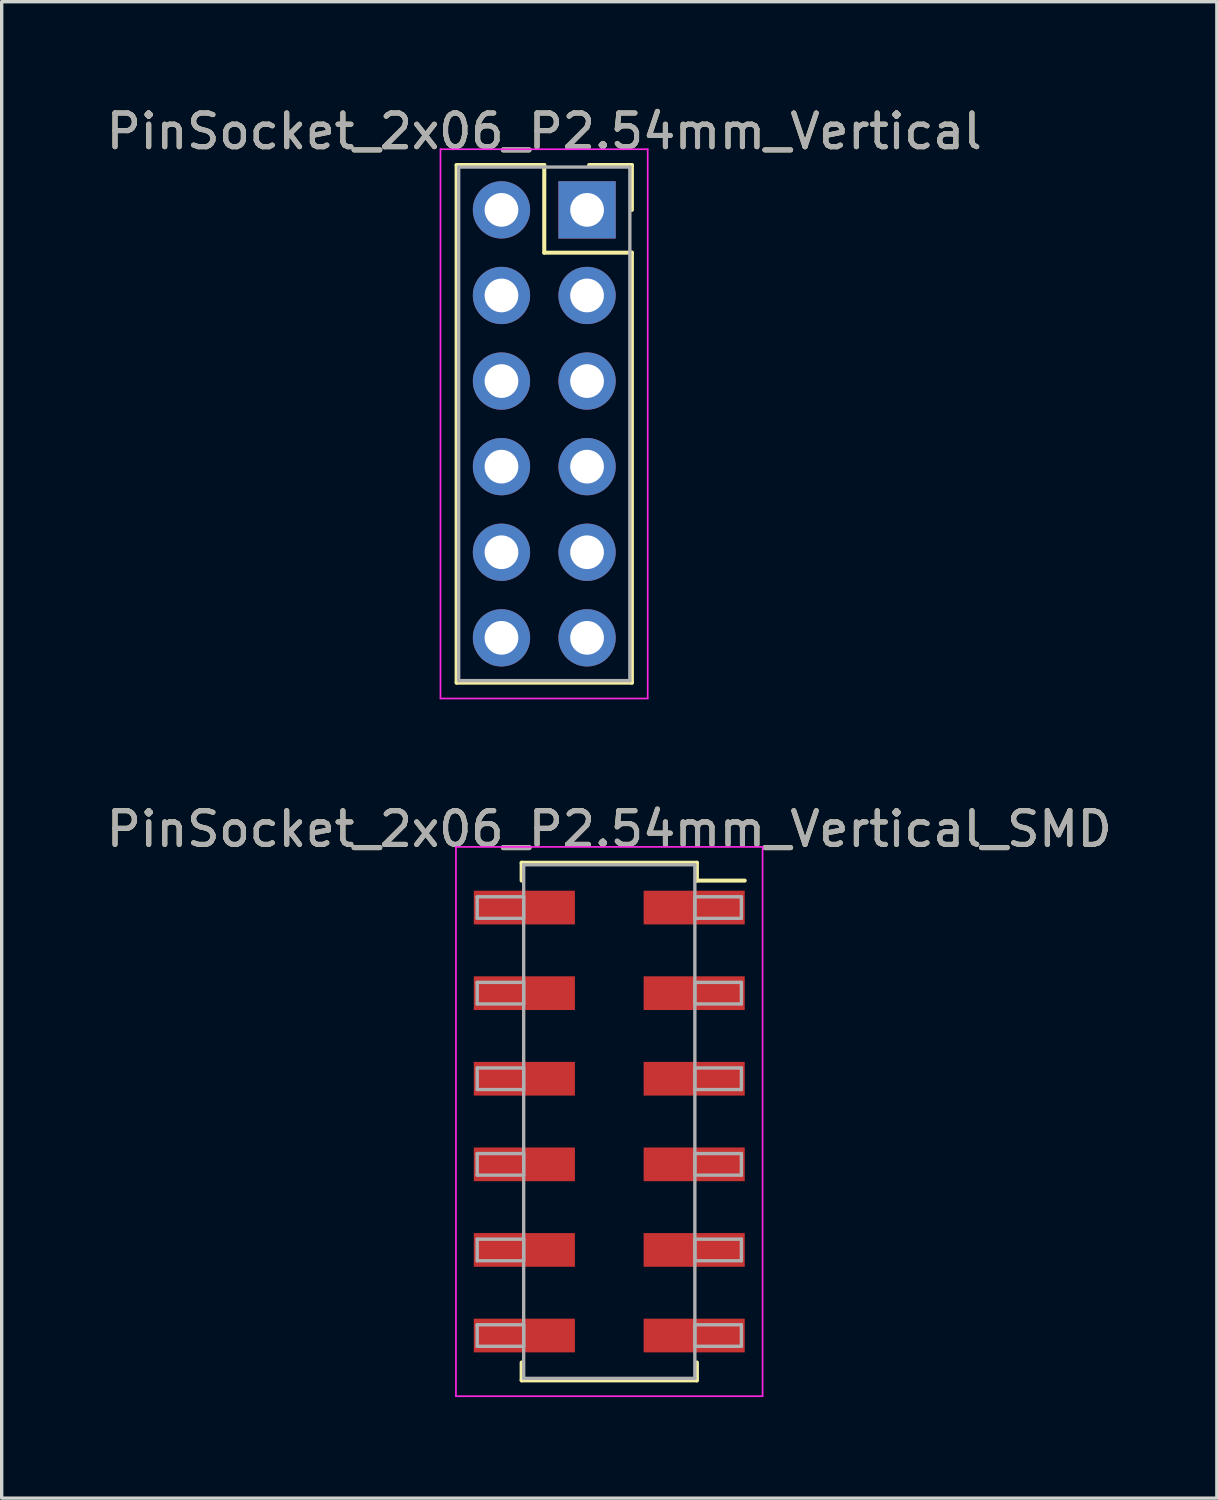
<source format=kicad_pcb>
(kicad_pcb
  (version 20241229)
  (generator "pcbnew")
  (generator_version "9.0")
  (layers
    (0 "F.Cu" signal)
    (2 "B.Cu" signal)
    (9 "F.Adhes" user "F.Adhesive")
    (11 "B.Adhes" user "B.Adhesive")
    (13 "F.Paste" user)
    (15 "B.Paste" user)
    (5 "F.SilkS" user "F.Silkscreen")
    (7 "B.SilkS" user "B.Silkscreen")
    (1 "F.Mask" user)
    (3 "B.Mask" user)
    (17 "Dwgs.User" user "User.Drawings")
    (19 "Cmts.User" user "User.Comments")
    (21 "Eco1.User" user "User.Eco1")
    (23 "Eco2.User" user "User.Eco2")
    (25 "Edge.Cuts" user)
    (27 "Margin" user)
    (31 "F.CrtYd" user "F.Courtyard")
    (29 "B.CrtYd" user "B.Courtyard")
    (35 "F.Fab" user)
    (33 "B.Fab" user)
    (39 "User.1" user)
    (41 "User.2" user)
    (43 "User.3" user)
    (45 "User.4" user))
  (footprint "PinSocket_2x06_P2.54mm_Vertical"
    (layer "F.Cu")
    (at 14.371 3.178)
    (property "Reference" "PinSocket_2x06_P2.54mm_Vertical" (at -1.27 -2.33 0) (layer "F.SilkS") (effects (font (size 1 1) (thickness 0.15))))
    (attr through_hole)
    (fp_line (start -3.87 -1.33) (end -1.27 -1.33) (stroke (width 0.12) (type solid)) (layer "F.SilkS"))
    (fp_line (start -3.87 14.03) (end -3.87 -1.33) (stroke (width 0.12) (type solid)) (layer "F.SilkS"))
    (fp_line (start -1.27 -1.33) (end -1.27 1.27) (stroke (width 0.12) (type solid)) (layer "F.SilkS"))
    (fp_line (start -1.27 1.27) (end 1.33 1.27) (stroke (width 0.12) (type solid)) (layer "F.SilkS"))
    (fp_line (start 1.33 -1.33) (end 0.06 -1.33) (stroke (width 0.12) (type solid)) (layer "F.SilkS"))
    (fp_line (start 1.33 0) (end 1.33 -1.33) (stroke (width 0.12) (type solid)) (layer "F.SilkS"))
    (fp_line (start 1.33 1.27) (end 1.33 14.03) (stroke (width 0.12) (type solid)) (layer "F.SilkS"))
    (fp_line (start 1.33 14.03) (end -3.87 14.03) (stroke (width 0.12) (type solid)) (layer "F.SilkS"))
    (fp_line (start -4.35 -1.8) (end -4.35 14.5) (stroke (width 0.05) (type solid)) (layer "F.CrtYd"))
    (fp_line (start -4.35 14.5) (end 1.8 14.5) (stroke (width 0.05) (type solid)) (layer "F.CrtYd"))
    (fp_line (start 1.8 -1.8) (end -4.35 -1.8) (stroke (width 0.05) (type solid)) (layer "F.CrtYd"))
    (fp_line (start 1.8 14.5) (end 1.8 -1.8) (stroke (width 0.05) (type solid)) (layer "F.CrtYd"))
    (fp_line (start -3.81 -1.27) (end -3.81 13.97) (stroke (width 0.1) (type solid)) (layer "F.Fab"))
    (fp_line (start -3.81 13.97) (end 1.27 13.97) (stroke (width 0.1) (type solid)) (layer "F.Fab"))
    (fp_line (start 1.27 -1.27) (end -3.81 -1.27) (stroke (width 0.1) (type solid)) (layer "F.Fab"))
    (fp_line (start 1.27 13.97) (end 1.27 -1.27) (stroke (width 0.1) (type solid)) (layer "F.Fab"))
    (fp_text user "${REFERENCE}" (at -1.27 -2.33 0) (layer "F.Fab") (effects (font (size 1 1) (thickness 0.15))))
    (pad "1" thru_hole rect (at 0 0) (size 1.7 1.7) (drill 1) (layers "*.Cu" "*.Mask"))
    (pad "2" thru_hole oval (at -2.54 0) (size 1.7 1.7) (drill 1) (layers "*.Cu" "*.Mask"))
    (pad "3" thru_hole oval (at 0 2.54) (size 1.7 1.7) (drill 1) (layers "*.Cu" "*.Mask"))
    (pad "4" thru_hole oval (at -2.54 2.54) (size 1.7 1.7) (drill 1) (layers "*.Cu" "*.Mask"))
    (pad "5" thru_hole oval (at 0 5.08) (size 1.7 1.7) (drill 1) (layers "*.Cu" "*.Mask"))
    (pad "6" thru_hole oval (at -2.54 5.08) (size 1.7 1.7) (drill 1) (layers "*.Cu" "*.Mask"))
    (pad "7" thru_hole oval (at 0 7.62) (size 1.7 1.7) (drill 1) (layers "*.Cu" "*.Mask"))
    (pad "8" thru_hole oval (at -2.54 7.62) (size 1.7 1.7) (drill 1) (layers "*.Cu" "*.Mask"))
    (pad "9" thru_hole oval (at 0 10.16) (size 1.7 1.7) (drill 1) (layers "*.Cu" "*.Mask"))
    (pad "10" thru_hole oval (at -2.54 10.16) (size 1.7 1.7) (drill 1) (layers "*.Cu" "*.Mask"))
    (pad "11" thru_hole oval (at 0 12.7) (size 1.7 1.7) (drill 1) (layers "*.Cu" "*.Mask"))
    (pad "12" thru_hole oval (at -2.54 12.7) (size 1.7 1.7) (drill 1) (layers "*.Cu" "*.Mask")))
  (footprint "PinSocket_2x06_P2.54mm_Vertical_SMD"
    (layer "F.Cu")
    (at 15.03 30.232)
    (property "Reference" "PinSocket_2x06_P2.54mm_Vertical_SMD" (at 0 -8.68 0) (layer "F.SilkS") (effects (font (size 1 1) (thickness 0.15))))
    (attr smd)
    (fp_line (start -2.6 -7.68) (end 2.6 -7.68) (stroke (width 0.12) (type solid)) (layer "F.SilkS"))
    (fp_line (start -2.6 -7.15) (end -2.6 -7.68) (stroke (width 0.12) (type solid)) (layer "F.SilkS"))
    (fp_line (start -2.6 7.15) (end -2.6 7.68) (stroke (width 0.12) (type solid)) (layer "F.SilkS"))
    (fp_line (start -2.6 7.68) (end 2.6 7.68) (stroke (width 0.12) (type solid)) (layer "F.SilkS"))
    (fp_line (start 2.6 -7.68) (end 2.6 -7.15) (stroke (width 0.12) (type solid)) (layer "F.SilkS"))
    (fp_line (start 2.6 7.68) (end 2.6 7.15) (stroke (width 0.12) (type solid)) (layer "F.SilkS"))
    (fp_line (start 4.02 -7.15) (end 2.6 -7.15) (stroke (width 0.12) (type solid)) (layer "F.SilkS"))
    (fp_line (start -4.55 -8.15) (end -4.55 8.15) (stroke (width 0.05) (type solid)) (layer "F.CrtYd"))
    (fp_line (start -4.55 8.15) (end 4.55 8.15) (stroke (width 0.05) (type solid)) (layer "F.CrtYd"))
    (fp_line (start 4.55 -8.15) (end -4.55 -8.15) (stroke (width 0.05) (type solid)) (layer "F.CrtYd"))
    (fp_line (start 4.55 8.15) (end 4.55 -8.15) (stroke (width 0.05) (type solid)) (layer "F.CrtYd"))
    (fp_line (start -3.92 -6.67) (end -2.54 -6.67) (stroke (width 0.1) (type solid)) (layer "F.Fab"))
    (fp_line (start -3.92 -6.03) (end -3.92 -6.67) (stroke (width 0.1) (type solid)) (layer "F.Fab"))
    (fp_line (start -3.92 -4.13) (end -2.54 -4.13) (stroke (width 0.1) (type solid)) (layer "F.Fab"))
    (fp_line (start -3.92 -3.49) (end -3.92 -4.13) (stroke (width 0.1) (type solid)) (layer "F.Fab"))
    (fp_line (start -3.92 -1.59) (end -2.54 -1.59) (stroke (width 0.1) (type solid)) (layer "F.Fab"))
    (fp_line (start -3.92 -0.95) (end -3.92 -1.59) (stroke (width 0.1) (type solid)) (layer "F.Fab"))
    (fp_line (start -3.92 0.95) (end -2.54 0.95) (stroke (width 0.1) (type solid)) (layer "F.Fab"))
    (fp_line (start -3.92 1.59) (end -3.92 0.95) (stroke (width 0.1) (type solid)) (layer "F.Fab"))
    (fp_line (start -3.92 3.49) (end -2.54 3.49) (stroke (width 0.1) (type solid)) (layer "F.Fab"))
    (fp_line (start -3.92 4.13) (end -3.92 3.49) (stroke (width 0.1) (type solid)) (layer "F.Fab"))
    (fp_line (start -3.92 6.03) (end -2.54 6.03) (stroke (width 0.1) (type solid)) (layer "F.Fab"))
    (fp_line (start -3.92 6.67) (end -3.92 6.03) (stroke (width 0.1) (type solid)) (layer "F.Fab"))
    (fp_line (start -2.54 -7.62) (end -2.54 7.62) (stroke (width 0.1) (type solid)) (layer "F.Fab"))
    (fp_line (start -2.54 -6.67) (end -2.54 -6.03) (stroke (width 0.1) (type solid)) (layer "F.Fab"))
    (fp_line (start -2.54 -6.03) (end -3.92 -6.03) (stroke (width 0.1) (type solid)) (layer "F.Fab"))
    (fp_line (start -2.54 -4.13) (end -2.54 -3.49) (stroke (width 0.1) (type solid)) (layer "F.Fab"))
    (fp_line (start -2.54 -3.49) (end -3.92 -3.49) (stroke (width 0.1) (type solid)) (layer "F.Fab"))
    (fp_line (start -2.54 -1.59) (end -2.54 -0.95) (stroke (width 0.1) (type solid)) (layer "F.Fab"))
    (fp_line (start -2.54 -0.95) (end -3.92 -0.95) (stroke (width 0.1) (type solid)) (layer "F.Fab"))
    (fp_line (start -2.54 0.95) (end -2.54 1.59) (stroke (width 0.1) (type solid)) (layer "F.Fab"))
    (fp_line (start -2.54 1.59) (end -3.92 1.59) (stroke (width 0.1) (type solid)) (layer "F.Fab"))
    (fp_line (start -2.54 3.49) (end -2.54 4.13) (stroke (width 0.1) (type solid)) (layer "F.Fab"))
    (fp_line (start -2.54 4.13) (end -3.92 4.13) (stroke (width 0.1) (type solid)) (layer "F.Fab"))
    (fp_line (start -2.54 6.03) (end -2.54 6.67) (stroke (width 0.1) (type solid)) (layer "F.Fab"))
    (fp_line (start -2.54 6.67) (end -3.92 6.67) (stroke (width 0.1) (type solid)) (layer "F.Fab"))
    (fp_line (start -2.54 7.62) (end 2.54 7.62) (stroke (width 0.1) (type solid)) (layer "F.Fab"))
    (fp_line (start 2.54 -7.62) (end -2.54 -7.62) (stroke (width 0.1) (type solid)) (layer "F.Fab"))
    (fp_line (start 2.54 -6.67) (end 2.54 -6.03) (stroke (width 0.1) (type solid)) (layer "F.Fab"))
    (fp_line (start 2.54 -6.03) (end 3.92 -6.03) (stroke (width 0.1) (type solid)) (layer "F.Fab"))
    (fp_line (start 2.54 -4.13) (end 2.54 -3.49) (stroke (width 0.1) (type solid)) (layer "F.Fab"))
    (fp_line (start 2.54 -3.49) (end 3.92 -3.49) (stroke (width 0.1) (type solid)) (layer "F.Fab"))
    (fp_line (start 2.54 -1.59) (end 2.54 -0.95) (stroke (width 0.1) (type solid)) (layer "F.Fab"))
    (fp_line (start 2.54 -0.95) (end 3.92 -0.95) (stroke (width 0.1) (type solid)) (layer "F.Fab"))
    (fp_line (start 2.54 0.95) (end 2.54 1.59) (stroke (width 0.1) (type solid)) (layer "F.Fab"))
    (fp_line (start 2.54 1.59) (end 3.92 1.59) (stroke (width 0.1) (type solid)) (layer "F.Fab"))
    (fp_line (start 2.54 3.49) (end 2.54 4.13) (stroke (width 0.1) (type solid)) (layer "F.Fab"))
    (fp_line (start 2.54 4.13) (end 3.92 4.13) (stroke (width 0.1) (type solid)) (layer "F.Fab"))
    (fp_line (start 2.54 6.03) (end 2.54 6.67) (stroke (width 0.1) (type solid)) (layer "F.Fab"))
    (fp_line (start 2.54 6.67) (end 3.92 6.67) (stroke (width 0.1) (type solid)) (layer "F.Fab"))
    (fp_line (start 2.54 7.62) (end 2.54 -7.62) (stroke (width 0.1) (type solid)) (layer "F.Fab"))
    (fp_line (start 3.92 -6.67) (end 2.54 -6.67) (stroke (width 0.1) (type solid)) (layer "F.Fab"))
    (fp_line (start 3.92 -6.03) (end 3.92 -6.67) (stroke (width 0.1) (type solid)) (layer "F.Fab"))
    (fp_line (start 3.92 -4.13) (end 2.54 -4.13) (stroke (width 0.1) (type solid)) (layer "F.Fab"))
    (fp_line (start 3.92 -3.49) (end 3.92 -4.13) (stroke (width 0.1) (type solid)) (layer "F.Fab"))
    (fp_line (start 3.92 -1.59) (end 2.54 -1.59) (stroke (width 0.1) (type solid)) (layer "F.Fab"))
    (fp_line (start 3.92 -0.95) (end 3.92 -1.59) (stroke (width 0.1) (type solid)) (layer "F.Fab"))
    (fp_line (start 3.92 0.95) (end 2.54 0.95) (stroke (width 0.1) (type solid)) (layer "F.Fab"))
    (fp_line (start 3.92 1.59) (end 3.92 0.95) (stroke (width 0.1) (type solid)) (layer "F.Fab"))
    (fp_line (start 3.92 3.49) (end 2.54 3.49) (stroke (width 0.1) (type solid)) (layer "F.Fab"))
    (fp_line (start 3.92 4.13) (end 3.92 3.49) (stroke (width 0.1) (type solid)) (layer "F.Fab"))
    (fp_line (start 3.92 6.03) (end 2.54 6.03) (stroke (width 0.1) (type solid)) (layer "F.Fab"))
    (fp_line (start 3.92 6.67) (end 3.92 6.03) (stroke (width 0.1) (type solid)) (layer "F.Fab"))
    (fp_text user "${REFERENCE}" (at 0 -8.68 0) (layer "F.Fab") (effects (font (size 1 1) (thickness 0.15))))
    (pad "1" smd rect (at 2.52 -6.35) (size 3 1) (layers "F.Cu" "F.Mask" "F.Paste"))
    (pad "2" smd rect (at -2.52 -6.35) (size 3 1) (layers "F.Cu" "F.Mask" "F.Paste"))
    (pad "3" smd rect (at 2.52 -3.81) (size 3 1) (layers "F.Cu" "F.Mask" "F.Paste"))
    (pad "4" smd rect (at -2.52 -3.81) (size 3 1) (layers "F.Cu" "F.Mask" "F.Paste"))
    (pad "5" smd rect (at 2.52 -1.27) (size 3 1) (layers "F.Cu" "F.Mask" "F.Paste"))
    (pad "6" smd rect (at -2.52 -1.27) (size 3 1) (layers "F.Cu" "F.Mask" "F.Paste"))
    (pad "7" smd rect (at 2.52 1.27) (size 3 1) (layers "F.Cu" "F.Mask" "F.Paste"))
    (pad "8" smd rect (at -2.52 1.27) (size 3 1) (layers "F.Cu" "F.Mask" "F.Paste"))
    (pad "9" smd rect (at 2.52 3.81) (size 3 1) (layers "F.Cu" "F.Mask" "F.Paste"))
    (pad "10" smd rect (at -2.52 3.81) (size 3 1) (layers "F.Cu" "F.Mask" "F.Paste"))
    (pad "11" smd rect (at 2.52 6.35) (size 3 1) (layers "F.Cu" "F.Mask" "F.Paste"))
    (pad "12" smd rect (at -2.52 6.35) (size 3 1) (layers "F.Cu" "F.Mask" "F.Paste")))
  (gr_rect
    (start -3 -3)
    (end 33.06 41.407)
    (stroke (width 0.1) (type default))
    (fill no)
    (layer "Edge.Cuts")))
</source>
